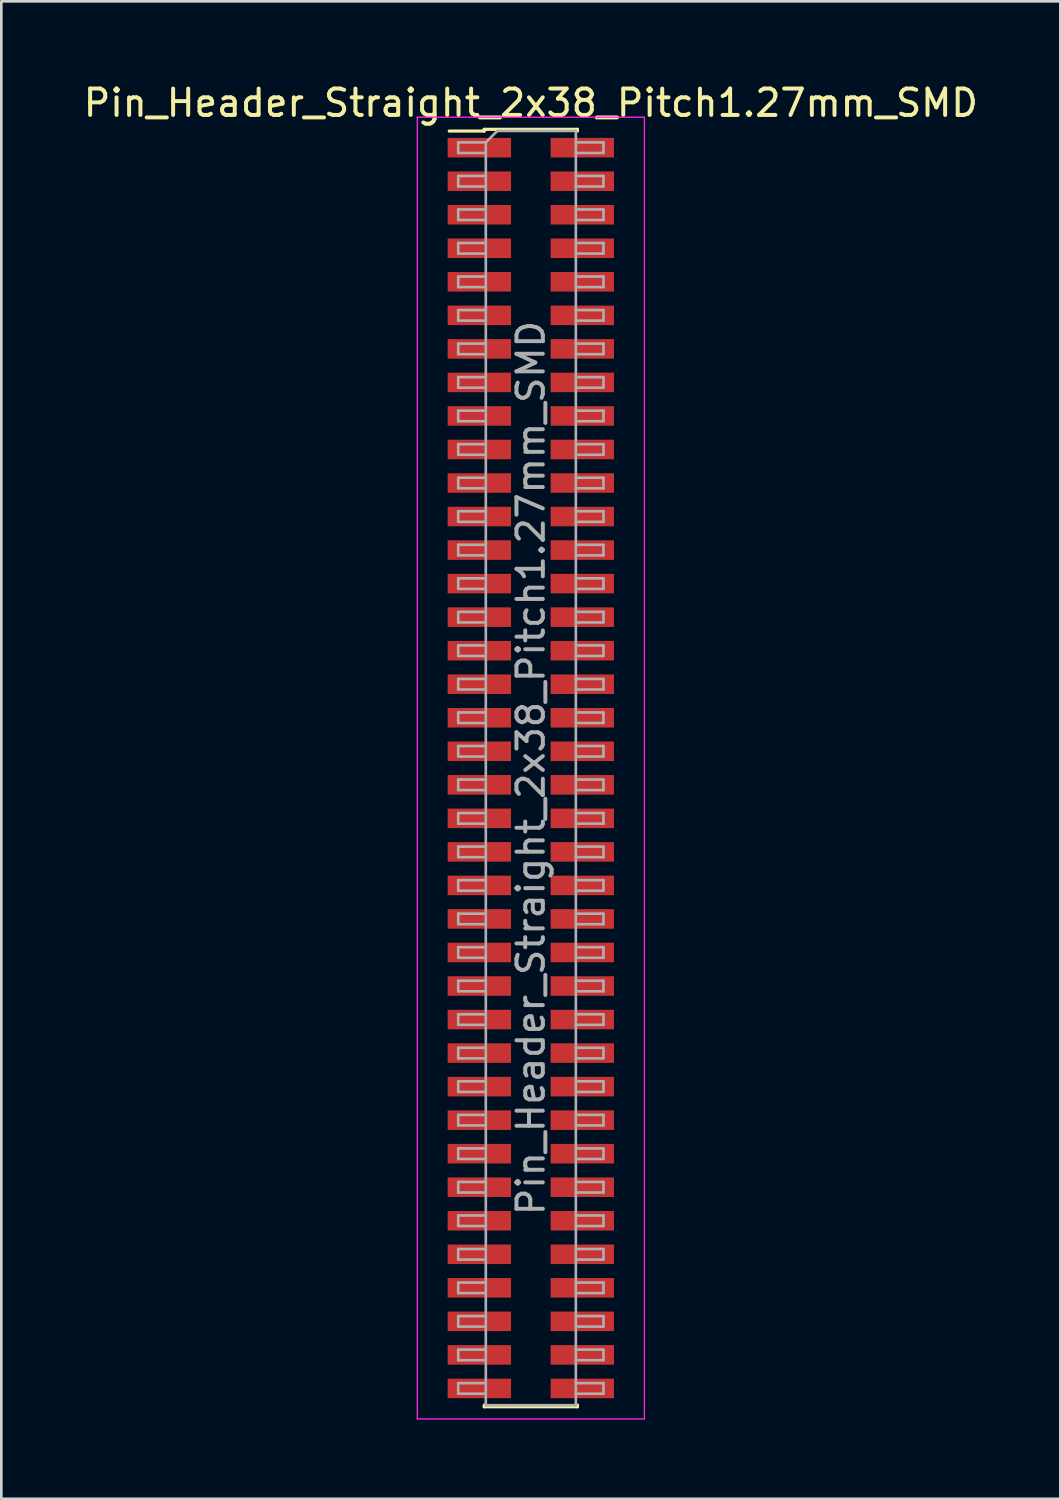
<source format=kicad_pcb>
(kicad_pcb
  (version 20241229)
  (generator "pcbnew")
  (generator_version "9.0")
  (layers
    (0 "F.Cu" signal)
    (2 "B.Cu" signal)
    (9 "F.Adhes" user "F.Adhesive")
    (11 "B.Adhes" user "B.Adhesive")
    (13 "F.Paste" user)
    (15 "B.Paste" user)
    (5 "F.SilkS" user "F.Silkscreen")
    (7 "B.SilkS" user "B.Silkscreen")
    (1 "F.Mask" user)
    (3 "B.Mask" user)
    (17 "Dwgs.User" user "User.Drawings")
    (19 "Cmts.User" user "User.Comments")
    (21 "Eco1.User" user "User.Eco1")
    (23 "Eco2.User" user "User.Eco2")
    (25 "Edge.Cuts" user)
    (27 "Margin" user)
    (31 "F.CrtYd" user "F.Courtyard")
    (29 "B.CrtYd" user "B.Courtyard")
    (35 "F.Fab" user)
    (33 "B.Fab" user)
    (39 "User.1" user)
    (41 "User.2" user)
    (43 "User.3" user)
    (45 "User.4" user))
  (footprint "Pin_Header_Straight_2x38_Pitch1.27mm_SMD"
    (layer "F.Cu")
    (at 17.054 26.038)
    (property "Reference" "Pin_Header_Straight_2x38_Pitch1.27mm_SMD" (at 0 -25.19 0) (layer "F.SilkS") (effects (font (size 1 1) (thickness 0.15))))
    (attr smd)
    (fp_line (start -3.09 -24.125) (end -1.765 -24.125) (stroke (width 0.12) (type solid)) (layer "F.SilkS"))
    (fp_line (start -1.765 -24.19) (end -1.765 -24.125) (stroke (width 0.12) (type solid)) (layer "F.SilkS"))
    (fp_line (start -1.765 -24.19) (end 1.765 -24.19) (stroke (width 0.12) (type solid)) (layer "F.SilkS"))
    (fp_line (start -1.765 24.125) (end -1.765 24.19) (stroke (width 0.12) (type solid)) (layer "F.SilkS"))
    (fp_line (start -1.765 24.19) (end 1.765 24.19) (stroke (width 0.12) (type solid)) (layer "F.SilkS"))
    (fp_line (start 1.765 -24.19) (end 1.765 -24.125) (stroke (width 0.12) (type solid)) (layer "F.SilkS"))
    (fp_line (start 1.765 24.125) (end 1.765 24.19) (stroke (width 0.12) (type solid)) (layer "F.SilkS"))
    (fp_line (start -4.3 -24.65) (end -4.3 24.65) (stroke (width 0.05) (type solid)) (layer "F.CrtYd"))
    (fp_line (start -4.3 24.65) (end 4.3 24.65) (stroke (width 0.05) (type solid)) (layer "F.CrtYd"))
    (fp_line (start 4.3 -24.65) (end -4.3 -24.65) (stroke (width 0.05) (type solid)) (layer "F.CrtYd"))
    (fp_line (start 4.3 24.65) (end 4.3 -24.65) (stroke (width 0.05) (type solid)) (layer "F.CrtYd"))
    (fp_line (start -2.75 -23.695) (end -2.75 -23.295) (stroke (width 0.1) (type solid)) (layer "F.Fab"))
    (fp_line (start -2.75 -23.295) (end -1.705 -23.295) (stroke (width 0.1) (type solid)) (layer "F.Fab"))
    (fp_line (start -2.75 -22.425) (end -2.75 -22.025) (stroke (width 0.1) (type solid)) (layer "F.Fab"))
    (fp_line (start -2.75 -22.025) (end -1.705 -22.025) (stroke (width 0.1) (type solid)) (layer "F.Fab"))
    (fp_line (start -2.75 -21.155) (end -2.75 -20.755) (stroke (width 0.1) (type solid)) (layer "F.Fab"))
    (fp_line (start -2.75 -20.755) (end -1.705 -20.755) (stroke (width 0.1) (type solid)) (layer "F.Fab"))
    (fp_line (start -2.75 -19.885) (end -2.75 -19.485) (stroke (width 0.1) (type solid)) (layer "F.Fab"))
    (fp_line (start -2.75 -19.485) (end -1.705 -19.485) (stroke (width 0.1) (type solid)) (layer "F.Fab"))
    (fp_line (start -2.75 -18.615) (end -2.75 -18.215) (stroke (width 0.1) (type solid)) (layer "F.Fab"))
    (fp_line (start -2.75 -18.215) (end -1.705 -18.215) (stroke (width 0.1) (type solid)) (layer "F.Fab"))
    (fp_line (start -2.75 -17.345) (end -2.75 -16.945) (stroke (width 0.1) (type solid)) (layer "F.Fab"))
    (fp_line (start -2.75 -16.945) (end -1.705 -16.945) (stroke (width 0.1) (type solid)) (layer "F.Fab"))
    (fp_line (start -2.75 -16.075) (end -2.75 -15.675) (stroke (width 0.1) (type solid)) (layer "F.Fab"))
    (fp_line (start -2.75 -15.675) (end -1.705 -15.675) (stroke (width 0.1) (type solid)) (layer "F.Fab"))
    (fp_line (start -2.75 -14.805) (end -2.75 -14.405) (stroke (width 0.1) (type solid)) (layer "F.Fab"))
    (fp_line (start -2.75 -14.405) (end -1.705 -14.405) (stroke (width 0.1) (type solid)) (layer "F.Fab"))
    (fp_line (start -2.75 -13.535) (end -2.75 -13.135) (stroke (width 0.1) (type solid)) (layer "F.Fab"))
    (fp_line (start -2.75 -13.135) (end -1.705 -13.135) (stroke (width 0.1) (type solid)) (layer "F.Fab"))
    (fp_line (start -2.75 -12.265) (end -2.75 -11.865) (stroke (width 0.1) (type solid)) (layer "F.Fab"))
    (fp_line (start -2.75 -11.865) (end -1.705 -11.865) (stroke (width 0.1) (type solid)) (layer "F.Fab"))
    (fp_line (start -2.75 -10.995) (end -2.75 -10.595) (stroke (width 0.1) (type solid)) (layer "F.Fab"))
    (fp_line (start -2.75 -10.595) (end -1.705 -10.595) (stroke (width 0.1) (type solid)) (layer "F.Fab"))
    (fp_line (start -2.75 -9.725) (end -2.75 -9.325) (stroke (width 0.1) (type solid)) (layer "F.Fab"))
    (fp_line (start -2.75 -9.325) (end -1.705 -9.325) (stroke (width 0.1) (type solid)) (layer "F.Fab"))
    (fp_line (start -2.75 -8.455) (end -2.75 -8.055) (stroke (width 0.1) (type solid)) (layer "F.Fab"))
    (fp_line (start -2.75 -8.055) (end -1.705 -8.055) (stroke (width 0.1) (type solid)) (layer "F.Fab"))
    (fp_line (start -2.75 -7.185) (end -2.75 -6.785) (stroke (width 0.1) (type solid)) (layer "F.Fab"))
    (fp_line (start -2.75 -6.785) (end -1.705 -6.785) (stroke (width 0.1) (type solid)) (layer "F.Fab"))
    (fp_line (start -2.75 -5.915) (end -2.75 -5.515) (stroke (width 0.1) (type solid)) (layer "F.Fab"))
    (fp_line (start -2.75 -5.515) (end -1.705 -5.515) (stroke (width 0.1) (type solid)) (layer "F.Fab"))
    (fp_line (start -2.75 -4.645) (end -2.75 -4.245) (stroke (width 0.1) (type solid)) (layer "F.Fab"))
    (fp_line (start -2.75 -4.245) (end -1.705 -4.245) (stroke (width 0.1) (type solid)) (layer "F.Fab"))
    (fp_line (start -2.75 -3.375) (end -2.75 -2.975) (stroke (width 0.1) (type solid)) (layer "F.Fab"))
    (fp_line (start -2.75 -2.975) (end -1.705 -2.975) (stroke (width 0.1) (type solid)) (layer "F.Fab"))
    (fp_line (start -2.75 -2.105) (end -2.75 -1.705) (stroke (width 0.1) (type solid)) (layer "F.Fab"))
    (fp_line (start -2.75 -1.705) (end -1.705 -1.705) (stroke (width 0.1) (type solid)) (layer "F.Fab"))
    (fp_line (start -2.75 -0.835) (end -2.75 -0.435) (stroke (width 0.1) (type solid)) (layer "F.Fab"))
    (fp_line (start -2.75 -0.435) (end -1.705 -0.435) (stroke (width 0.1) (type solid)) (layer "F.Fab"))
    (fp_line (start -2.75 0.435) (end -2.75 0.835) (stroke (width 0.1) (type solid)) (layer "F.Fab"))
    (fp_line (start -2.75 0.835) (end -1.705 0.835) (stroke (width 0.1) (type solid)) (layer "F.Fab"))
    (fp_line (start -2.75 1.705) (end -2.75 2.105) (stroke (width 0.1) (type solid)) (layer "F.Fab"))
    (fp_line (start -2.75 2.105) (end -1.705 2.105) (stroke (width 0.1) (type solid)) (layer "F.Fab"))
    (fp_line (start -2.75 2.975) (end -2.75 3.375) (stroke (width 0.1) (type solid)) (layer "F.Fab"))
    (fp_line (start -2.75 3.375) (end -1.705 3.375) (stroke (width 0.1) (type solid)) (layer "F.Fab"))
    (fp_line (start -2.75 4.245) (end -2.75 4.645) (stroke (width 0.1) (type solid)) (layer "F.Fab"))
    (fp_line (start -2.75 4.645) (end -1.705 4.645) (stroke (width 0.1) (type solid)) (layer "F.Fab"))
    (fp_line (start -2.75 5.515) (end -2.75 5.915) (stroke (width 0.1) (type solid)) (layer "F.Fab"))
    (fp_line (start -2.75 5.915) (end -1.705 5.915) (stroke (width 0.1) (type solid)) (layer "F.Fab"))
    (fp_line (start -2.75 6.785) (end -2.75 7.185) (stroke (width 0.1) (type solid)) (layer "F.Fab"))
    (fp_line (start -2.75 7.185) (end -1.705 7.185) (stroke (width 0.1) (type solid)) (layer "F.Fab"))
    (fp_line (start -2.75 8.055) (end -2.75 8.455) (stroke (width 0.1) (type solid)) (layer "F.Fab"))
    (fp_line (start -2.75 8.455) (end -1.705 8.455) (stroke (width 0.1) (type solid)) (layer "F.Fab"))
    (fp_line (start -2.75 9.325) (end -2.75 9.725) (stroke (width 0.1) (type solid)) (layer "F.Fab"))
    (fp_line (start -2.75 9.725) (end -1.705 9.725) (stroke (width 0.1) (type solid)) (layer "F.Fab"))
    (fp_line (start -2.75 10.595) (end -2.75 10.995) (stroke (width 0.1) (type solid)) (layer "F.Fab"))
    (fp_line (start -2.75 10.995) (end -1.705 10.995) (stroke (width 0.1) (type solid)) (layer "F.Fab"))
    (fp_line (start -2.75 11.865) (end -2.75 12.265) (stroke (width 0.1) (type solid)) (layer "F.Fab"))
    (fp_line (start -2.75 12.265) (end -1.705 12.265) (stroke (width 0.1) (type solid)) (layer "F.Fab"))
    (fp_line (start -2.75 13.135) (end -2.75 13.535) (stroke (width 0.1) (type solid)) (layer "F.Fab"))
    (fp_line (start -2.75 13.535) (end -1.705 13.535) (stroke (width 0.1) (type solid)) (layer "F.Fab"))
    (fp_line (start -2.75 14.405) (end -2.75 14.805) (stroke (width 0.1) (type solid)) (layer "F.Fab"))
    (fp_line (start -2.75 14.805) (end -1.705 14.805) (stroke (width 0.1) (type solid)) (layer "F.Fab"))
    (fp_line (start -2.75 15.675) (end -2.75 16.075) (stroke (width 0.1) (type solid)) (layer "F.Fab"))
    (fp_line (start -2.75 16.075) (end -1.705 16.075) (stroke (width 0.1) (type solid)) (layer "F.Fab"))
    (fp_line (start -2.75 16.945) (end -2.75 17.345) (stroke (width 0.1) (type solid)) (layer "F.Fab"))
    (fp_line (start -2.75 17.345) (end -1.705 17.345) (stroke (width 0.1) (type solid)) (layer "F.Fab"))
    (fp_line (start -2.75 18.215) (end -2.75 18.615) (stroke (width 0.1) (type solid)) (layer "F.Fab"))
    (fp_line (start -2.75 18.615) (end -1.705 18.615) (stroke (width 0.1) (type solid)) (layer "F.Fab"))
    (fp_line (start -2.75 19.485) (end -2.75 19.885) (stroke (width 0.1) (type solid)) (layer "F.Fab"))
    (fp_line (start -2.75 19.885) (end -1.705 19.885) (stroke (width 0.1) (type solid)) (layer "F.Fab"))
    (fp_line (start -2.75 20.755) (end -2.75 21.155) (stroke (width 0.1) (type solid)) (layer "F.Fab"))
    (fp_line (start -2.75 21.155) (end -1.705 21.155) (stroke (width 0.1) (type solid)) (layer "F.Fab"))
    (fp_line (start -2.75 22.025) (end -2.75 22.425) (stroke (width 0.1) (type solid)) (layer "F.Fab"))
    (fp_line (start -2.75 22.425) (end -1.705 22.425) (stroke (width 0.1) (type solid)) (layer "F.Fab"))
    (fp_line (start -2.75 23.295) (end -2.75 23.695) (stroke (width 0.1) (type solid)) (layer "F.Fab"))
    (fp_line (start -2.75 23.695) (end -1.705 23.695) (stroke (width 0.1) (type solid)) (layer "F.Fab"))
    (fp_line (start -1.705 -23.695) (end -2.75 -23.695) (stroke (width 0.1) (type solid)) (layer "F.Fab"))
    (fp_line (start -1.705 -23.695) (end -1.27 -24.13) (stroke (width 0.1) (type solid)) (layer "F.Fab"))
    (fp_line (start -1.705 -22.425) (end -2.75 -22.425) (stroke (width 0.1) (type solid)) (layer "F.Fab"))
    (fp_line (start -1.705 -21.155) (end -2.75 -21.155) (stroke (width 0.1) (type solid)) (layer "F.Fab"))
    (fp_line (start -1.705 -19.885) (end -2.75 -19.885) (stroke (width 0.1) (type solid)) (layer "F.Fab"))
    (fp_line (start -1.705 -18.615) (end -2.75 -18.615) (stroke (width 0.1) (type solid)) (layer "F.Fab"))
    (fp_line (start -1.705 -17.345) (end -2.75 -17.345) (stroke (width 0.1) (type solid)) (layer "F.Fab"))
    (fp_line (start -1.705 -16.075) (end -2.75 -16.075) (stroke (width 0.1) (type solid)) (layer "F.Fab"))
    (fp_line (start -1.705 -14.805) (end -2.75 -14.805) (stroke (width 0.1) (type solid)) (layer "F.Fab"))
    (fp_line (start -1.705 -13.535) (end -2.75 -13.535) (stroke (width 0.1) (type solid)) (layer "F.Fab"))
    (fp_line (start -1.705 -12.265) (end -2.75 -12.265) (stroke (width 0.1) (type solid)) (layer "F.Fab"))
    (fp_line (start -1.705 -10.995) (end -2.75 -10.995) (stroke (width 0.1) (type solid)) (layer "F.Fab"))
    (fp_line (start -1.705 -9.725) (end -2.75 -9.725) (stroke (width 0.1) (type solid)) (layer "F.Fab"))
    (fp_line (start -1.705 -8.455) (end -2.75 -8.455) (stroke (width 0.1) (type solid)) (layer "F.Fab"))
    (fp_line (start -1.705 -7.185) (end -2.75 -7.185) (stroke (width 0.1) (type solid)) (layer "F.Fab"))
    (fp_line (start -1.705 -5.915) (end -2.75 -5.915) (stroke (width 0.1) (type solid)) (layer "F.Fab"))
    (fp_line (start -1.705 -4.645) (end -2.75 -4.645) (stroke (width 0.1) (type solid)) (layer "F.Fab"))
    (fp_line (start -1.705 -3.375) (end -2.75 -3.375) (stroke (width 0.1) (type solid)) (layer "F.Fab"))
    (fp_line (start -1.705 -2.105) (end -2.75 -2.105) (stroke (width 0.1) (type solid)) (layer "F.Fab"))
    (fp_line (start -1.705 -0.835) (end -2.75 -0.835) (stroke (width 0.1) (type solid)) (layer "F.Fab"))
    (fp_line (start -1.705 0.435) (end -2.75 0.435) (stroke (width 0.1) (type solid)) (layer "F.Fab"))
    (fp_line (start -1.705 1.705) (end -2.75 1.705) (stroke (width 0.1) (type solid)) (layer "F.Fab"))
    (fp_line (start -1.705 2.975) (end -2.75 2.975) (stroke (width 0.1) (type solid)) (layer "F.Fab"))
    (fp_line (start -1.705 4.245) (end -2.75 4.245) (stroke (width 0.1) (type solid)) (layer "F.Fab"))
    (fp_line (start -1.705 5.515) (end -2.75 5.515) (stroke (width 0.1) (type solid)) (layer "F.Fab"))
    (fp_line (start -1.705 6.785) (end -2.75 6.785) (stroke (width 0.1) (type solid)) (layer "F.Fab"))
    (fp_line (start -1.705 8.055) (end -2.75 8.055) (stroke (width 0.1) (type solid)) (layer "F.Fab"))
    (fp_line (start -1.705 9.325) (end -2.75 9.325) (stroke (width 0.1) (type solid)) (layer "F.Fab"))
    (fp_line (start -1.705 10.595) (end -2.75 10.595) (stroke (width 0.1) (type solid)) (layer "F.Fab"))
    (fp_line (start -1.705 11.865) (end -2.75 11.865) (stroke (width 0.1) (type solid)) (layer "F.Fab"))
    (fp_line (start -1.705 13.135) (end -2.75 13.135) (stroke (width 0.1) (type solid)) (layer "F.Fab"))
    (fp_line (start -1.705 14.405) (end -2.75 14.405) (stroke (width 0.1) (type solid)) (layer "F.Fab"))
    (fp_line (start -1.705 15.675) (end -2.75 15.675) (stroke (width 0.1) (type solid)) (layer "F.Fab"))
    (fp_line (start -1.705 16.945) (end -2.75 16.945) (stroke (width 0.1) (type solid)) (layer "F.Fab"))
    (fp_line (start -1.705 18.215) (end -2.75 18.215) (stroke (width 0.1) (type solid)) (layer "F.Fab"))
    (fp_line (start -1.705 19.485) (end -2.75 19.485) (stroke (width 0.1) (type solid)) (layer "F.Fab"))
    (fp_line (start -1.705 20.755) (end -2.75 20.755) (stroke (width 0.1) (type solid)) (layer "F.Fab"))
    (fp_line (start -1.705 22.025) (end -2.75 22.025) (stroke (width 0.1) (type solid)) (layer "F.Fab"))
    (fp_line (start -1.705 23.295) (end -2.75 23.295) (stroke (width 0.1) (type solid)) (layer "F.Fab"))
    (fp_line (start -1.705 24.13) (end -1.705 -23.695) (stroke (width 0.1) (type solid)) (layer "F.Fab"))
    (fp_line (start -1.27 -24.13) (end 1.705 -24.13) (stroke (width 0.1) (type solid)) (layer "F.Fab"))
    (fp_line (start 1.705 -24.13) (end 1.705 24.13) (stroke (width 0.1) (type solid)) (layer "F.Fab"))
    (fp_line (start 1.705 -23.695) (end 2.75 -23.695) (stroke (width 0.1) (type solid)) (layer "F.Fab"))
    (fp_line (start 1.705 -22.425) (end 2.75 -22.425) (stroke (width 0.1) (type solid)) (layer "F.Fab"))
    (fp_line (start 1.705 -21.155) (end 2.75 -21.155) (stroke (width 0.1) (type solid)) (layer "F.Fab"))
    (fp_line (start 1.705 -19.885) (end 2.75 -19.885) (stroke (width 0.1) (type solid)) (layer "F.Fab"))
    (fp_line (start 1.705 -18.615) (end 2.75 -18.615) (stroke (width 0.1) (type solid)) (layer "F.Fab"))
    (fp_line (start 1.705 -17.345) (end 2.75 -17.345) (stroke (width 0.1) (type solid)) (layer "F.Fab"))
    (fp_line (start 1.705 -16.075) (end 2.75 -16.075) (stroke (width 0.1) (type solid)) (layer "F.Fab"))
    (fp_line (start 1.705 -14.805) (end 2.75 -14.805) (stroke (width 0.1) (type solid)) (layer "F.Fab"))
    (fp_line (start 1.705 -13.535) (end 2.75 -13.535) (stroke (width 0.1) (type solid)) (layer "F.Fab"))
    (fp_line (start 1.705 -12.265) (end 2.75 -12.265) (stroke (width 0.1) (type solid)) (layer "F.Fab"))
    (fp_line (start 1.705 -10.995) (end 2.75 -10.995) (stroke (width 0.1) (type solid)) (layer "F.Fab"))
    (fp_line (start 1.705 -9.725) (end 2.75 -9.725) (stroke (width 0.1) (type solid)) (layer "F.Fab"))
    (fp_line (start 1.705 -8.455) (end 2.75 -8.455) (stroke (width 0.1) (type solid)) (layer "F.Fab"))
    (fp_line (start 1.705 -7.185) (end 2.75 -7.185) (stroke (width 0.1) (type solid)) (layer "F.Fab"))
    (fp_line (start 1.705 -5.915) (end 2.75 -5.915) (stroke (width 0.1) (type solid)) (layer "F.Fab"))
    (fp_line (start 1.705 -4.645) (end 2.75 -4.645) (stroke (width 0.1) (type solid)) (layer "F.Fab"))
    (fp_line (start 1.705 -3.375) (end 2.75 -3.375) (stroke (width 0.1) (type solid)) (layer "F.Fab"))
    (fp_line (start 1.705 -2.105) (end 2.75 -2.105) (stroke (width 0.1) (type solid)) (layer "F.Fab"))
    (fp_line (start 1.705 -0.835) (end 2.75 -0.835) (stroke (width 0.1) (type solid)) (layer "F.Fab"))
    (fp_line (start 1.705 0.435) (end 2.75 0.435) (stroke (width 0.1) (type solid)) (layer "F.Fab"))
    (fp_line (start 1.705 1.705) (end 2.75 1.705) (stroke (width 0.1) (type solid)) (layer "F.Fab"))
    (fp_line (start 1.705 2.975) (end 2.75 2.975) (stroke (width 0.1) (type solid)) (layer "F.Fab"))
    (fp_line (start 1.705 4.245) (end 2.75 4.245) (stroke (width 0.1) (type solid)) (layer "F.Fab"))
    (fp_line (start 1.705 5.515) (end 2.75 5.515) (stroke (width 0.1) (type solid)) (layer "F.Fab"))
    (fp_line (start 1.705 6.785) (end 2.75 6.785) (stroke (width 0.1) (type solid)) (layer "F.Fab"))
    (fp_line (start 1.705 8.055) (end 2.75 8.055) (stroke (width 0.1) (type solid)) (layer "F.Fab"))
    (fp_line (start 1.705 9.325) (end 2.75 9.325) (stroke (width 0.1) (type solid)) (layer "F.Fab"))
    (fp_line (start 1.705 10.595) (end 2.75 10.595) (stroke (width 0.1) (type solid)) (layer "F.Fab"))
    (fp_line (start 1.705 11.865) (end 2.75 11.865) (stroke (width 0.1) (type solid)) (layer "F.Fab"))
    (fp_line (start 1.705 13.135) (end 2.75 13.135) (stroke (width 0.1) (type solid)) (layer "F.Fab"))
    (fp_line (start 1.705 14.405) (end 2.75 14.405) (stroke (width 0.1) (type solid)) (layer "F.Fab"))
    (fp_line (start 1.705 15.675) (end 2.75 15.675) (stroke (width 0.1) (type solid)) (layer "F.Fab"))
    (fp_line (start 1.705 16.945) (end 2.75 16.945) (stroke (width 0.1) (type solid)) (layer "F.Fab"))
    (fp_line (start 1.705 18.215) (end 2.75 18.215) (stroke (width 0.1) (type solid)) (layer "F.Fab"))
    (fp_line (start 1.705 19.485) (end 2.75 19.485) (stroke (width 0.1) (type solid)) (layer "F.Fab"))
    (fp_line (start 1.705 20.755) (end 2.75 20.755) (stroke (width 0.1) (type solid)) (layer "F.Fab"))
    (fp_line (start 1.705 22.025) (end 2.75 22.025) (stroke (width 0.1) (type solid)) (layer "F.Fab"))
    (fp_line (start 1.705 23.295) (end 2.75 23.295) (stroke (width 0.1) (type solid)) (layer "F.Fab"))
    (fp_line (start 1.705 24.13) (end -1.705 24.13) (stroke (width 0.1) (type solid)) (layer "F.Fab"))
    (fp_line (start 2.75 -23.695) (end 2.75 -23.295) (stroke (width 0.1) (type solid)) (layer "F.Fab"))
    (fp_line (start 2.75 -23.295) (end 1.705 -23.295) (stroke (width 0.1) (type solid)) (layer "F.Fab"))
    (fp_line (start 2.75 -22.425) (end 2.75 -22.025) (stroke (width 0.1) (type solid)) (layer "F.Fab"))
    (fp_line (start 2.75 -22.025) (end 1.705 -22.025) (stroke (width 0.1) (type solid)) (layer "F.Fab"))
    (fp_line (start 2.75 -21.155) (end 2.75 -20.755) (stroke (width 0.1) (type solid)) (layer "F.Fab"))
    (fp_line (start 2.75 -20.755) (end 1.705 -20.755) (stroke (width 0.1) (type solid)) (layer "F.Fab"))
    (fp_line (start 2.75 -19.885) (end 2.75 -19.485) (stroke (width 0.1) (type solid)) (layer "F.Fab"))
    (fp_line (start 2.75 -19.485) (end 1.705 -19.485) (stroke (width 0.1) (type solid)) (layer "F.Fab"))
    (fp_line (start 2.75 -18.615) (end 2.75 -18.215) (stroke (width 0.1) (type solid)) (layer "F.Fab"))
    (fp_line (start 2.75 -18.215) (end 1.705 -18.215) (stroke (width 0.1) (type solid)) (layer "F.Fab"))
    (fp_line (start 2.75 -17.345) (end 2.75 -16.945) (stroke (width 0.1) (type solid)) (layer "F.Fab"))
    (fp_line (start 2.75 -16.945) (end 1.705 -16.945) (stroke (width 0.1) (type solid)) (layer "F.Fab"))
    (fp_line (start 2.75 -16.075) (end 2.75 -15.675) (stroke (width 0.1) (type solid)) (layer "F.Fab"))
    (fp_line (start 2.75 -15.675) (end 1.705 -15.675) (stroke (width 0.1) (type solid)) (layer "F.Fab"))
    (fp_line (start 2.75 -14.805) (end 2.75 -14.405) (stroke (width 0.1) (type solid)) (layer "F.Fab"))
    (fp_line (start 2.75 -14.405) (end 1.705 -14.405) (stroke (width 0.1) (type solid)) (layer "F.Fab"))
    (fp_line (start 2.75 -13.535) (end 2.75 -13.135) (stroke (width 0.1) (type solid)) (layer "F.Fab"))
    (fp_line (start 2.75 -13.135) (end 1.705 -13.135) (stroke (width 0.1) (type solid)) (layer "F.Fab"))
    (fp_line (start 2.75 -12.265) (end 2.75 -11.865) (stroke (width 0.1) (type solid)) (layer "F.Fab"))
    (fp_line (start 2.75 -11.865) (end 1.705 -11.865) (stroke (width 0.1) (type solid)) (layer "F.Fab"))
    (fp_line (start 2.75 -10.995) (end 2.75 -10.595) (stroke (width 0.1) (type solid)) (layer "F.Fab"))
    (fp_line (start 2.75 -10.595) (end 1.705 -10.595) (stroke (width 0.1) (type solid)) (layer "F.Fab"))
    (fp_line (start 2.75 -9.725) (end 2.75 -9.325) (stroke (width 0.1) (type solid)) (layer "F.Fab"))
    (fp_line (start 2.75 -9.325) (end 1.705 -9.325) (stroke (width 0.1) (type solid)) (layer "F.Fab"))
    (fp_line (start 2.75 -8.455) (end 2.75 -8.055) (stroke (width 0.1) (type solid)) (layer "F.Fab"))
    (fp_line (start 2.75 -8.055) (end 1.705 -8.055) (stroke (width 0.1) (type solid)) (layer "F.Fab"))
    (fp_line (start 2.75 -7.185) (end 2.75 -6.785) (stroke (width 0.1) (type solid)) (layer "F.Fab"))
    (fp_line (start 2.75 -6.785) (end 1.705 -6.785) (stroke (width 0.1) (type solid)) (layer "F.Fab"))
    (fp_line (start 2.75 -5.915) (end 2.75 -5.515) (stroke (width 0.1) (type solid)) (layer "F.Fab"))
    (fp_line (start 2.75 -5.515) (end 1.705 -5.515) (stroke (width 0.1) (type solid)) (layer "F.Fab"))
    (fp_line (start 2.75 -4.645) (end 2.75 -4.245) (stroke (width 0.1) (type solid)) (layer "F.Fab"))
    (fp_line (start 2.75 -4.245) (end 1.705 -4.245) (stroke (width 0.1) (type solid)) (layer "F.Fab"))
    (fp_line (start 2.75 -3.375) (end 2.75 -2.975) (stroke (width 0.1) (type solid)) (layer "F.Fab"))
    (fp_line (start 2.75 -2.975) (end 1.705 -2.975) (stroke (width 0.1) (type solid)) (layer "F.Fab"))
    (fp_line (start 2.75 -2.105) (end 2.75 -1.705) (stroke (width 0.1) (type solid)) (layer "F.Fab"))
    (fp_line (start 2.75 -1.705) (end 1.705 -1.705) (stroke (width 0.1) (type solid)) (layer "F.Fab"))
    (fp_line (start 2.75 -0.835) (end 2.75 -0.435) (stroke (width 0.1) (type solid)) (layer "F.Fab"))
    (fp_line (start 2.75 -0.435) (end 1.705 -0.435) (stroke (width 0.1) (type solid)) (layer "F.Fab"))
    (fp_line (start 2.75 0.435) (end 2.75 0.835) (stroke (width 0.1) (type solid)) (layer "F.Fab"))
    (fp_line (start 2.75 0.835) (end 1.705 0.835) (stroke (width 0.1) (type solid)) (layer "F.Fab"))
    (fp_line (start 2.75 1.705) (end 2.75 2.105) (stroke (width 0.1) (type solid)) (layer "F.Fab"))
    (fp_line (start 2.75 2.105) (end 1.705 2.105) (stroke (width 0.1) (type solid)) (layer "F.Fab"))
    (fp_line (start 2.75 2.975) (end 2.75 3.375) (stroke (width 0.1) (type solid)) (layer "F.Fab"))
    (fp_line (start 2.75 3.375) (end 1.705 3.375) (stroke (width 0.1) (type solid)) (layer "F.Fab"))
    (fp_line (start 2.75 4.245) (end 2.75 4.645) (stroke (width 0.1) (type solid)) (layer "F.Fab"))
    (fp_line (start 2.75 4.645) (end 1.705 4.645) (stroke (width 0.1) (type solid)) (layer "F.Fab"))
    (fp_line (start 2.75 5.515) (end 2.75 5.915) (stroke (width 0.1) (type solid)) (layer "F.Fab"))
    (fp_line (start 2.75 5.915) (end 1.705 5.915) (stroke (width 0.1) (type solid)) (layer "F.Fab"))
    (fp_line (start 2.75 6.785) (end 2.75 7.185) (stroke (width 0.1) (type solid)) (layer "F.Fab"))
    (fp_line (start 2.75 7.185) (end 1.705 7.185) (stroke (width 0.1) (type solid)) (layer "F.Fab"))
    (fp_line (start 2.75 8.055) (end 2.75 8.455) (stroke (width 0.1) (type solid)) (layer "F.Fab"))
    (fp_line (start 2.75 8.455) (end 1.705 8.455) (stroke (width 0.1) (type solid)) (layer "F.Fab"))
    (fp_line (start 2.75 9.325) (end 2.75 9.725) (stroke (width 0.1) (type solid)) (layer "F.Fab"))
    (fp_line (start 2.75 9.725) (end 1.705 9.725) (stroke (width 0.1) (type solid)) (layer "F.Fab"))
    (fp_line (start 2.75 10.595) (end 2.75 10.995) (stroke (width 0.1) (type solid)) (layer "F.Fab"))
    (fp_line (start 2.75 10.995) (end 1.705 10.995) (stroke (width 0.1) (type solid)) (layer "F.Fab"))
    (fp_line (start 2.75 11.865) (end 2.75 12.265) (stroke (width 0.1) (type solid)) (layer "F.Fab"))
    (fp_line (start 2.75 12.265) (end 1.705 12.265) (stroke (width 0.1) (type solid)) (layer "F.Fab"))
    (fp_line (start 2.75 13.135) (end 2.75 13.535) (stroke (width 0.1) (type solid)) (layer "F.Fab"))
    (fp_line (start 2.75 13.535) (end 1.705 13.535) (stroke (width 0.1) (type solid)) (layer "F.Fab"))
    (fp_line (start 2.75 14.405) (end 2.75 14.805) (stroke (width 0.1) (type solid)) (layer "F.Fab"))
    (fp_line (start 2.75 14.805) (end 1.705 14.805) (stroke (width 0.1) (type solid)) (layer "F.Fab"))
    (fp_line (start 2.75 15.675) (end 2.75 16.075) (stroke (width 0.1) (type solid)) (layer "F.Fab"))
    (fp_line (start 2.75 16.075) (end 1.705 16.075) (stroke (width 0.1) (type solid)) (layer "F.Fab"))
    (fp_line (start 2.75 16.945) (end 2.75 17.345) (stroke (width 0.1) (type solid)) (layer "F.Fab"))
    (fp_line (start 2.75 17.345) (end 1.705 17.345) (stroke (width 0.1) (type solid)) (layer "F.Fab"))
    (fp_line (start 2.75 18.215) (end 2.75 18.615) (stroke (width 0.1) (type solid)) (layer "F.Fab"))
    (fp_line (start 2.75 18.615) (end 1.705 18.615) (stroke (width 0.1) (type solid)) (layer "F.Fab"))
    (fp_line (start 2.75 19.485) (end 2.75 19.885) (stroke (width 0.1) (type solid)) (layer "F.Fab"))
    (fp_line (start 2.75 19.885) (end 1.705 19.885) (stroke (width 0.1) (type solid)) (layer "F.Fab"))
    (fp_line (start 2.75 20.755) (end 2.75 21.155) (stroke (width 0.1) (type solid)) (layer "F.Fab"))
    (fp_line (start 2.75 21.155) (end 1.705 21.155) (stroke (width 0.1) (type solid)) (layer "F.Fab"))
    (fp_line (start 2.75 22.025) (end 2.75 22.425) (stroke (width 0.1) (type solid)) (layer "F.Fab"))
    (fp_line (start 2.75 22.425) (end 1.705 22.425) (stroke (width 0.1) (type solid)) (layer "F.Fab"))
    (fp_line (start 2.75 23.295) (end 2.75 23.695) (stroke (width 0.1) (type solid)) (layer "F.Fab"))
    (fp_line (start 2.75 23.695) (end 1.705 23.695) (stroke (width 0.1) (type solid)) (layer "F.Fab"))
    (fp_text user "${REFERENCE}" (at 0 0 90) (layer "F.Fab") (effects (font (size 1 1) (thickness 0.15))))
    (pad "1" smd rect (at -1.95 -23.495) (size 2.4 0.74) (layers "F.Cu" "F.Mask" "F.Paste"))
    (pad "2" smd rect (at 1.95 -23.495) (size 2.4 0.74) (layers "F.Cu" "F.Mask" "F.Paste"))
    (pad "3" smd rect (at -1.95 -22.225) (size 2.4 0.74) (layers "F.Cu" "F.Mask" "F.Paste"))
    (pad "4" smd rect (at 1.95 -22.225) (size 2.4 0.74) (layers "F.Cu" "F.Mask" "F.Paste"))
    (pad "5" smd rect (at -1.95 -20.955) (size 2.4 0.74) (layers "F.Cu" "F.Mask" "F.Paste"))
    (pad "6" smd rect (at 1.95 -20.955) (size 2.4 0.74) (layers "F.Cu" "F.Mask" "F.Paste"))
    (pad "7" smd rect (at -1.95 -19.685) (size 2.4 0.74) (layers "F.Cu" "F.Mask" "F.Paste"))
    (pad "8" smd rect (at 1.95 -19.685) (size 2.4 0.74) (layers "F.Cu" "F.Mask" "F.Paste"))
    (pad "9" smd rect (at -1.95 -18.415) (size 2.4 0.74) (layers "F.Cu" "F.Mask" "F.Paste"))
    (pad "10" smd rect (at 1.95 -18.415) (size 2.4 0.74) (layers "F.Cu" "F.Mask" "F.Paste"))
    (pad "11" smd rect (at -1.95 -17.145) (size 2.4 0.74) (layers "F.Cu" "F.Mask" "F.Paste"))
    (pad "12" smd rect (at 1.95 -17.145) (size 2.4 0.74) (layers "F.Cu" "F.Mask" "F.Paste"))
    (pad "13" smd rect (at -1.95 -15.875) (size 2.4 0.74) (layers "F.Cu" "F.Mask" "F.Paste"))
    (pad "14" smd rect (at 1.95 -15.875) (size 2.4 0.74) (layers "F.Cu" "F.Mask" "F.Paste"))
    (pad "15" smd rect (at -1.95 -14.605) (size 2.4 0.74) (layers "F.Cu" "F.Mask" "F.Paste"))
    (pad "16" smd rect (at 1.95 -14.605) (size 2.4 0.74) (layers "F.Cu" "F.Mask" "F.Paste"))
    (pad "17" smd rect (at -1.95 -13.335) (size 2.4 0.74) (layers "F.Cu" "F.Mask" "F.Paste"))
    (pad "18" smd rect (at 1.95 -13.335) (size 2.4 0.74) (layers "F.Cu" "F.Mask" "F.Paste"))
    (pad "19" smd rect (at -1.95 -12.065) (size 2.4 0.74) (layers "F.Cu" "F.Mask" "F.Paste"))
    (pad "20" smd rect (at 1.95 -12.065) (size 2.4 0.74) (layers "F.Cu" "F.Mask" "F.Paste"))
    (pad "21" smd rect (at -1.95 -10.795) (size 2.4 0.74) (layers "F.Cu" "F.Mask" "F.Paste"))
    (pad "22" smd rect (at 1.95 -10.795) (size 2.4 0.74) (layers "F.Cu" "F.Mask" "F.Paste"))
    (pad "23" smd rect (at -1.95 -9.525) (size 2.4 0.74) (layers "F.Cu" "F.Mask" "F.Paste"))
    (pad "24" smd rect (at 1.95 -9.525) (size 2.4 0.74) (layers "F.Cu" "F.Mask" "F.Paste"))
    (pad "25" smd rect (at -1.95 -8.255) (size 2.4 0.74) (layers "F.Cu" "F.Mask" "F.Paste"))
    (pad "26" smd rect (at 1.95 -8.255) (size 2.4 0.74) (layers "F.Cu" "F.Mask" "F.Paste"))
    (pad "27" smd rect (at -1.95 -6.985) (size 2.4 0.74) (layers "F.Cu" "F.Mask" "F.Paste"))
    (pad "28" smd rect (at 1.95 -6.985) (size 2.4 0.74) (layers "F.Cu" "F.Mask" "F.Paste"))
    (pad "29" smd rect (at -1.95 -5.715) (size 2.4 0.74) (layers "F.Cu" "F.Mask" "F.Paste"))
    (pad "30" smd rect (at 1.95 -5.715) (size 2.4 0.74) (layers "F.Cu" "F.Mask" "F.Paste"))
    (pad "31" smd rect (at -1.95 -4.445) (size 2.4 0.74) (layers "F.Cu" "F.Mask" "F.Paste"))
    (pad "32" smd rect (at 1.95 -4.445) (size 2.4 0.74) (layers "F.Cu" "F.Mask" "F.Paste"))
    (pad "33" smd rect (at -1.95 -3.175) (size 2.4 0.74) (layers "F.Cu" "F.Mask" "F.Paste"))
    (pad "34" smd rect (at 1.95 -3.175) (size 2.4 0.74) (layers "F.Cu" "F.Mask" "F.Paste"))
    (pad "35" smd rect (at -1.95 -1.905) (size 2.4 0.74) (layers "F.Cu" "F.Mask" "F.Paste"))
    (pad "36" smd rect (at 1.95 -1.905) (size 2.4 0.74) (layers "F.Cu" "F.Mask" "F.Paste"))
    (pad "37" smd rect (at -1.95 -0.635) (size 2.4 0.74) (layers "F.Cu" "F.Mask" "F.Paste"))
    (pad "38" smd rect (at 1.95 -0.635) (size 2.4 0.74) (layers "F.Cu" "F.Mask" "F.Paste"))
    (pad "39" smd rect (at -1.95 0.635) (size 2.4 0.74) (layers "F.Cu" "F.Mask" "F.Paste"))
    (pad "40" smd rect (at 1.95 0.635) (size 2.4 0.74) (layers "F.Cu" "F.Mask" "F.Paste"))
    (pad "41" smd rect (at -1.95 1.905) (size 2.4 0.74) (layers "F.Cu" "F.Mask" "F.Paste"))
    (pad "42" smd rect (at 1.95 1.905) (size 2.4 0.74) (layers "F.Cu" "F.Mask" "F.Paste"))
    (pad "43" smd rect (at -1.95 3.175) (size 2.4 0.74) (layers "F.Cu" "F.Mask" "F.Paste"))
    (pad "44" smd rect (at 1.95 3.175) (size 2.4 0.74) (layers "F.Cu" "F.Mask" "F.Paste"))
    (pad "45" smd rect (at -1.95 4.445) (size 2.4 0.74) (layers "F.Cu" "F.Mask" "F.Paste"))
    (pad "46" smd rect (at 1.95 4.445) (size 2.4 0.74) (layers "F.Cu" "F.Mask" "F.Paste"))
    (pad "47" smd rect (at -1.95 5.715) (size 2.4 0.74) (layers "F.Cu" "F.Mask" "F.Paste"))
    (pad "48" smd rect (at 1.95 5.715) (size 2.4 0.74) (layers "F.Cu" "F.Mask" "F.Paste"))
    (pad "49" smd rect (at -1.95 6.985) (size 2.4 0.74) (layers "F.Cu" "F.Mask" "F.Paste"))
    (pad "50" smd rect (at 1.95 6.985) (size 2.4 0.74) (layers "F.Cu" "F.Mask" "F.Paste"))
    (pad "51" smd rect (at -1.95 8.255) (size 2.4 0.74) (layers "F.Cu" "F.Mask" "F.Paste"))
    (pad "52" smd rect (at 1.95 8.255) (size 2.4 0.74) (layers "F.Cu" "F.Mask" "F.Paste"))
    (pad "53" smd rect (at -1.95 9.525) (size 2.4 0.74) (layers "F.Cu" "F.Mask" "F.Paste"))
    (pad "54" smd rect (at 1.95 9.525) (size 2.4 0.74) (layers "F.Cu" "F.Mask" "F.Paste"))
    (pad "55" smd rect (at -1.95 10.795) (size 2.4 0.74) (layers "F.Cu" "F.Mask" "F.Paste"))
    (pad "56" smd rect (at 1.95 10.795) (size 2.4 0.74) (layers "F.Cu" "F.Mask" "F.Paste"))
    (pad "57" smd rect (at -1.95 12.065) (size 2.4 0.74) (layers "F.Cu" "F.Mask" "F.Paste"))
    (pad "58" smd rect (at 1.95 12.065) (size 2.4 0.74) (layers "F.Cu" "F.Mask" "F.Paste"))
    (pad "59" smd rect (at -1.95 13.335) (size 2.4 0.74) (layers "F.Cu" "F.Mask" "F.Paste"))
    (pad "60" smd rect (at 1.95 13.335) (size 2.4 0.74) (layers "F.Cu" "F.Mask" "F.Paste"))
    (pad "61" smd rect (at -1.95 14.605) (size 2.4 0.74) (layers "F.Cu" "F.Mask" "F.Paste"))
    (pad "62" smd rect (at 1.95 14.605) (size 2.4 0.74) (layers "F.Cu" "F.Mask" "F.Paste"))
    (pad "63" smd rect (at -1.95 15.875) (size 2.4 0.74) (layers "F.Cu" "F.Mask" "F.Paste"))
    (pad "64" smd rect (at 1.95 15.875) (size 2.4 0.74) (layers "F.Cu" "F.Mask" "F.Paste"))
    (pad "65" smd rect (at -1.95 17.145) (size 2.4 0.74) (layers "F.Cu" "F.Mask" "F.Paste"))
    (pad "66" smd rect (at 1.95 17.145) (size 2.4 0.74) (layers "F.Cu" "F.Mask" "F.Paste"))
    (pad "67" smd rect (at -1.95 18.415) (size 2.4 0.74) (layers "F.Cu" "F.Mask" "F.Paste"))
    (pad "68" smd rect (at 1.95 18.415) (size 2.4 0.74) (layers "F.Cu" "F.Mask" "F.Paste"))
    (pad "69" smd rect (at -1.95 19.685) (size 2.4 0.74) (layers "F.Cu" "F.Mask" "F.Paste"))
    (pad "70" smd rect (at 1.95 19.685) (size 2.4 0.74) (layers "F.Cu" "F.Mask" "F.Paste"))
    (pad "71" smd rect (at -1.95 20.955) (size 2.4 0.74) (layers "F.Cu" "F.Mask" "F.Paste"))
    (pad "72" smd rect (at 1.95 20.955) (size 2.4 0.74) (layers "F.Cu" "F.Mask" "F.Paste"))
    (pad "73" smd rect (at -1.95 22.225) (size 2.4 0.74) (layers "F.Cu" "F.Mask" "F.Paste"))
    (pad "74" smd rect (at 1.95 22.225) (size 2.4 0.74) (layers "F.Cu" "F.Mask" "F.Paste"))
    (pad "75" smd rect (at -1.95 23.495) (size 2.4 0.74) (layers "F.Cu" "F.Mask" "F.Paste"))
    (pad "76" smd rect (at 1.95 23.495) (size 2.4 0.74) (layers "F.Cu" "F.Mask" "F.Paste")))
  (gr_rect
    (start -3 -3)
    (end 37.107 53.713)
    (stroke (width 0.1) (type default))
    (fill no)
    (layer "Edge.Cuts")))
</source>
